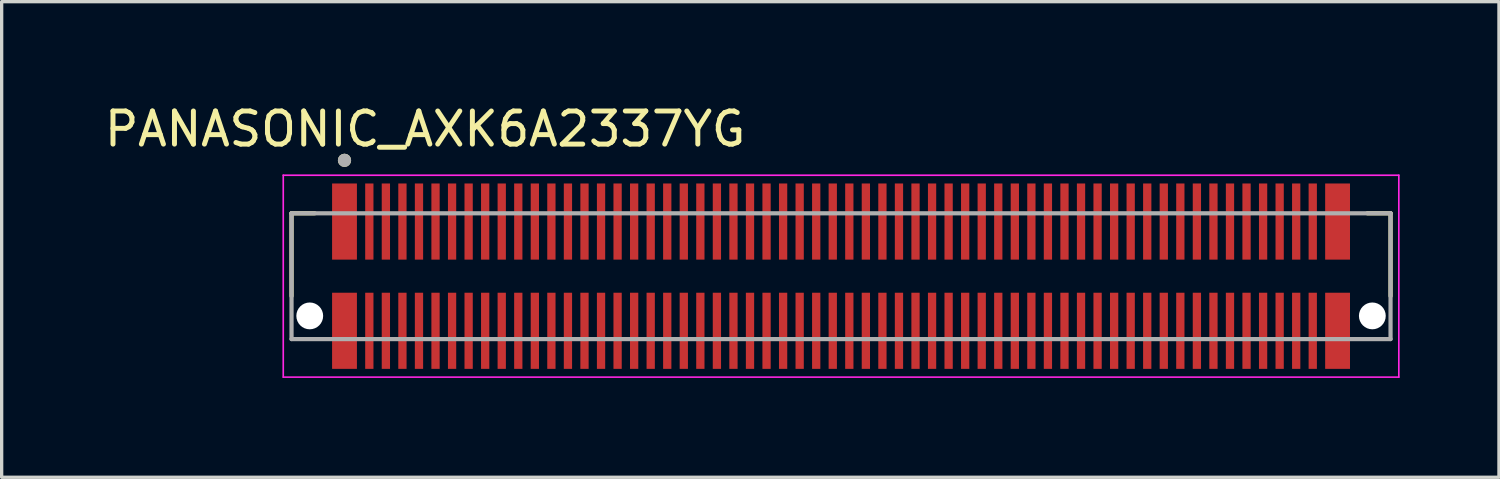
<source format=kicad_pcb>
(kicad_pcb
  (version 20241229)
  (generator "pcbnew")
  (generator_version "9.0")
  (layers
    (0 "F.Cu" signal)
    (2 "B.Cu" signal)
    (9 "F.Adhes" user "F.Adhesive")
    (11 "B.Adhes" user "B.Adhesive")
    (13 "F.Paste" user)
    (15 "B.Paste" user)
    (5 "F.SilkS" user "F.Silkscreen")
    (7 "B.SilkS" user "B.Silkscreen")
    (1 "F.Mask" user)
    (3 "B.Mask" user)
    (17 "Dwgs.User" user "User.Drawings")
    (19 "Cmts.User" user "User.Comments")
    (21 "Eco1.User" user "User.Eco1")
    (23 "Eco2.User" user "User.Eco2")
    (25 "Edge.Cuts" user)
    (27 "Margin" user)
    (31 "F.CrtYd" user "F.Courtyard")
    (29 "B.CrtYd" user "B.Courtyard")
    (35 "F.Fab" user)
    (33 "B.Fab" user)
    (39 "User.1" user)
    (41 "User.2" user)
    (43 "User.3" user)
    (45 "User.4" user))
  (footprint "PANASONIC_AXK6A2337YG"
    (layer "F.Cu")
    (at 22.357 5.293)
    (property "Reference" "PANASONIC_AXK6A2337YG" (at -12.565 -4.445 0) (layer "F.SilkS") (effects (font (size 1 1) (thickness 0.15))))
    (attr through_hole)
    (fp_line (start -16.6 -1.9) (end -15.9 -1.9) (stroke (width 0.127) (type solid)) (layer "F.SilkS"))
    (fp_line (start -16.6 0.6) (end -16.6 -1.9) (stroke (width 0.127) (type solid)) (layer "F.SilkS"))
    (fp_line (start 15.9 -1.9) (end 16.6 -1.9) (stroke (width 0.127) (type solid)) (layer "F.SilkS"))
    (fp_line (start 16.6 -1.9) (end 16.6 0.6) (stroke (width 0.127) (type solid)) (layer "F.SilkS"))
    (fp_circle (center -15 -3.5) (end -14.9 -3.5) (stroke (width 0.2) (type solid)) (fill no) (layer "F.SilkS"))
    (fp_poly (pts (xy -14.985 -2.8) (xy -14.635 -2.8) (xy -14.635 -0.85) (xy -14.985 -0.85)) (stroke (width 0.01) (type solid)) (fill yes) (layer "F.Paste"))
    (fp_poly (pts (xy -14.985 0.85) (xy -14.635 0.85) (xy -14.635 2.8) (xy -14.985 2.8)) (stroke (width 0.01) (type solid)) (fill yes) (layer "F.Paste"))
    (fp_poly (pts (xy -14.365 -2.8) (xy -14.135 -2.8) (xy -14.135 -0.85) (xy -14.365 -0.85)) (stroke (width 0.01) (type solid)) (fill yes) (layer "F.Paste"))
    (fp_poly (pts (xy -14.365 0.85) (xy -14.135 0.85) (xy -14.135 2.8) (xy -14.365 2.8)) (stroke (width 0.01) (type solid)) (fill yes) (layer "F.Paste"))
    (fp_poly (pts (xy -13.865 -2.8) (xy -13.635 -2.8) (xy -13.635 -0.85) (xy -13.865 -0.85)) (stroke (width 0.01) (type solid)) (fill yes) (layer "F.Paste"))
    (fp_poly (pts (xy -13.865 0.85) (xy -13.635 0.85) (xy -13.635 2.8) (xy -13.865 2.8)) (stroke (width 0.01) (type solid)) (fill yes) (layer "F.Paste"))
    (fp_poly (pts (xy -13.365 -2.8) (xy -13.135 -2.8) (xy -13.135 -0.85) (xy -13.365 -0.85)) (stroke (width 0.01) (type solid)) (fill yes) (layer "F.Paste"))
    (fp_poly (pts (xy -13.365 0.85) (xy -13.135 0.85) (xy -13.135 2.8) (xy -13.365 2.8)) (stroke (width 0.01) (type solid)) (fill yes) (layer "F.Paste"))
    (fp_poly (pts (xy -12.865 -2.8) (xy -12.635 -2.8) (xy -12.635 -0.85) (xy -12.865 -0.85)) (stroke (width 0.01) (type solid)) (fill yes) (layer "F.Paste"))
    (fp_poly (pts (xy -12.865 0.85) (xy -12.635 0.85) (xy -12.635 2.8) (xy -12.865 2.8)) (stroke (width 0.01) (type solid)) (fill yes) (layer "F.Paste"))
    (fp_poly (pts (xy -12.365 -2.8) (xy -12.135 -2.8) (xy -12.135 -0.85) (xy -12.365 -0.85)) (stroke (width 0.01) (type solid)) (fill yes) (layer "F.Paste"))
    (fp_poly (pts (xy -12.365 0.85) (xy -12.135 0.85) (xy -12.135 2.8) (xy -12.365 2.8)) (stroke (width 0.01) (type solid)) (fill yes) (layer "F.Paste"))
    (fp_poly (pts (xy -11.865 -2.8) (xy -11.635 -2.8) (xy -11.635 -0.85) (xy -11.865 -0.85)) (stroke (width 0.01) (type solid)) (fill yes) (layer "F.Paste"))
    (fp_poly (pts (xy -11.865 0.85) (xy -11.635 0.85) (xy -11.635 2.8) (xy -11.865 2.8)) (stroke (width 0.01) (type solid)) (fill yes) (layer "F.Paste"))
    (fp_poly (pts (xy -11.365 -2.8) (xy -11.135 -2.8) (xy -11.135 -0.85) (xy -11.365 -0.85)) (stroke (width 0.01) (type solid)) (fill yes) (layer "F.Paste"))
    (fp_poly (pts (xy -11.365 0.85) (xy -11.135 0.85) (xy -11.135 2.8) (xy -11.365 2.8)) (stroke (width 0.01) (type solid)) (fill yes) (layer "F.Paste"))
    (fp_poly (pts (xy -10.865 -2.8) (xy -10.635 -2.8) (xy -10.635 -0.85) (xy -10.865 -0.85)) (stroke (width 0.01) (type solid)) (fill yes) (layer "F.Paste"))
    (fp_poly (pts (xy -10.865 0.85) (xy -10.635 0.85) (xy -10.635 2.8) (xy -10.865 2.8)) (stroke (width 0.01) (type solid)) (fill yes) (layer "F.Paste"))
    (fp_poly (pts (xy -10.365 -2.8) (xy -10.135 -2.8) (xy -10.135 -0.85) (xy -10.365 -0.85)) (stroke (width 0.01) (type solid)) (fill yes) (layer "F.Paste"))
    (fp_poly (pts (xy -10.365 0.85) (xy -10.135 0.85) (xy -10.135 2.8) (xy -10.365 2.8)) (stroke (width 0.01) (type solid)) (fill yes) (layer "F.Paste"))
    (fp_poly (pts (xy -9.865 -2.8) (xy -9.635 -2.8) (xy -9.635 -0.85) (xy -9.865 -0.85)) (stroke (width 0.01) (type solid)) (fill yes) (layer "F.Paste"))
    (fp_poly (pts (xy -9.865 0.85) (xy -9.635 0.85) (xy -9.635 2.8) (xy -9.865 2.8)) (stroke (width 0.01) (type solid)) (fill yes) (layer "F.Paste"))
    (fp_poly (pts (xy -9.365 -2.8) (xy -9.135 -2.8) (xy -9.135 -0.85) (xy -9.365 -0.85)) (stroke (width 0.01) (type solid)) (fill yes) (layer "F.Paste"))
    (fp_poly (pts (xy -9.365 0.85) (xy -9.135 0.85) (xy -9.135 2.8) (xy -9.365 2.8)) (stroke (width 0.01) (type solid)) (fill yes) (layer "F.Paste"))
    (fp_poly (pts (xy -8.865 -2.8) (xy -8.635 -2.8) (xy -8.635 -0.85) (xy -8.865 -0.85)) (stroke (width 0.01) (type solid)) (fill yes) (layer "F.Paste"))
    (fp_poly (pts (xy -8.865 0.85) (xy -8.635 0.85) (xy -8.635 2.8) (xy -8.865 2.8)) (stroke (width 0.01) (type solid)) (fill yes) (layer "F.Paste"))
    (fp_poly (pts (xy -8.365 -2.8) (xy -8.135 -2.8) (xy -8.135 -0.85) (xy -8.365 -0.85)) (stroke (width 0.01) (type solid)) (fill yes) (layer "F.Paste"))
    (fp_poly (pts (xy -8.365 0.85) (xy -8.135 0.85) (xy -8.135 2.8) (xy -8.365 2.8)) (stroke (width 0.01) (type solid)) (fill yes) (layer "F.Paste"))
    (fp_poly (pts (xy -7.865 -2.8) (xy -7.635 -2.8) (xy -7.635 -0.85) (xy -7.865 -0.85)) (stroke (width 0.01) (type solid)) (fill yes) (layer "F.Paste"))
    (fp_poly (pts (xy -7.865 0.85) (xy -7.635 0.85) (xy -7.635 2.8) (xy -7.865 2.8)) (stroke (width 0.01) (type solid)) (fill yes) (layer "F.Paste"))
    (fp_poly (pts (xy -7.365 -2.8) (xy -7.135 -2.8) (xy -7.135 -0.85) (xy -7.365 -0.85)) (stroke (width 0.01) (type solid)) (fill yes) (layer "F.Paste"))
    (fp_poly (pts (xy -7.365 0.85) (xy -7.135 0.85) (xy -7.135 2.8) (xy -7.365 2.8)) (stroke (width 0.01) (type solid)) (fill yes) (layer "F.Paste"))
    (fp_poly (pts (xy -6.865 -2.8) (xy -6.635 -2.8) (xy -6.635 -0.85) (xy -6.865 -0.85)) (stroke (width 0.01) (type solid)) (fill yes) (layer "F.Paste"))
    (fp_poly (pts (xy -6.865 0.85) (xy -6.635 0.85) (xy -6.635 2.8) (xy -6.865 2.8)) (stroke (width 0.01) (type solid)) (fill yes) (layer "F.Paste"))
    (fp_poly (pts (xy -6.365 -2.8) (xy -6.135 -2.8) (xy -6.135 -0.85) (xy -6.365 -0.85)) (stroke (width 0.01) (type solid)) (fill yes) (layer "F.Paste"))
    (fp_poly (pts (xy -6.365 0.85) (xy -6.135 0.85) (xy -6.135 2.8) (xy -6.365 2.8)) (stroke (width 0.01) (type solid)) (fill yes) (layer "F.Paste"))
    (fp_poly (pts (xy -5.865 -2.8) (xy -5.635 -2.8) (xy -5.635 -0.85) (xy -5.865 -0.85)) (stroke (width 0.01) (type solid)) (fill yes) (layer "F.Paste"))
    (fp_poly (pts (xy -5.865 0.85) (xy -5.635 0.85) (xy -5.635 2.8) (xy -5.865 2.8)) (stroke (width 0.01) (type solid)) (fill yes) (layer "F.Paste"))
    (fp_poly (pts (xy -5.365 -2.8) (xy -5.135 -2.8) (xy -5.135 -0.85) (xy -5.365 -0.85)) (stroke (width 0.01) (type solid)) (fill yes) (layer "F.Paste"))
    (fp_poly (pts (xy -5.365 0.85) (xy -5.135 0.85) (xy -5.135 2.8) (xy -5.365 2.8)) (stroke (width 0.01) (type solid)) (fill yes) (layer "F.Paste"))
    (fp_poly (pts (xy -4.865 -2.8) (xy -4.635 -2.8) (xy -4.635 -0.85) (xy -4.865 -0.85)) (stroke (width 0.01) (type solid)) (fill yes) (layer "F.Paste"))
    (fp_poly (pts (xy -4.865 0.85) (xy -4.635 0.85) (xy -4.635 2.8) (xy -4.865 2.8)) (stroke (width 0.01) (type solid)) (fill yes) (layer "F.Paste"))
    (fp_poly (pts (xy -4.365 -2.8) (xy -4.135 -2.8) (xy -4.135 -0.85) (xy -4.365 -0.85)) (stroke (width 0.01) (type solid)) (fill yes) (layer "F.Paste"))
    (fp_poly (pts (xy -4.365 0.85) (xy -4.135 0.85) (xy -4.135 2.8) (xy -4.365 2.8)) (stroke (width 0.01) (type solid)) (fill yes) (layer "F.Paste"))
    (fp_poly (pts (xy -3.865 -2.8) (xy -3.635 -2.8) (xy -3.635 -0.85) (xy -3.865 -0.85)) (stroke (width 0.01) (type solid)) (fill yes) (layer "F.Paste"))
    (fp_poly (pts (xy -3.865 0.85) (xy -3.635 0.85) (xy -3.635 2.8) (xy -3.865 2.8)) (stroke (width 0.01) (type solid)) (fill yes) (layer "F.Paste"))
    (fp_poly (pts (xy -3.365 -2.8) (xy -3.135 -2.8) (xy -3.135 -0.85) (xy -3.365 -0.85)) (stroke (width 0.01) (type solid)) (fill yes) (layer "F.Paste"))
    (fp_poly (pts (xy -3.365 0.85) (xy -3.135 0.85) (xy -3.135 2.8) (xy -3.365 2.8)) (stroke (width 0.01) (type solid)) (fill yes) (layer "F.Paste"))
    (fp_poly (pts (xy -2.865 -2.8) (xy -2.635 -2.8) (xy -2.635 -0.85) (xy -2.865 -0.85)) (stroke (width 0.01) (type solid)) (fill yes) (layer "F.Paste"))
    (fp_poly (pts (xy -2.865 0.85) (xy -2.635 0.85) (xy -2.635 2.8) (xy -2.865 2.8)) (stroke (width 0.01) (type solid)) (fill yes) (layer "F.Paste"))
    (fp_poly (pts (xy -2.365 -2.8) (xy -2.135 -2.8) (xy -2.135 -0.85) (xy -2.365 -0.85)) (stroke (width 0.01) (type solid)) (fill yes) (layer "F.Paste"))
    (fp_poly (pts (xy -2.365 0.85) (xy -2.135 0.85) (xy -2.135 2.8) (xy -2.365 2.8)) (stroke (width 0.01) (type solid)) (fill yes) (layer "F.Paste"))
    (fp_poly (pts (xy -1.865 -2.8) (xy -1.635 -2.8) (xy -1.635 -0.85) (xy -1.865 -0.85)) (stroke (width 0.01) (type solid)) (fill yes) (layer "F.Paste"))
    (fp_poly (pts (xy -1.865 0.85) (xy -1.635 0.85) (xy -1.635 2.8) (xy -1.865 2.8)) (stroke (width 0.01) (type solid)) (fill yes) (layer "F.Paste"))
    (fp_poly (pts (xy -1.365 -2.8) (xy -1.135 -2.8) (xy -1.135 -0.85) (xy -1.365 -0.85)) (stroke (width 0.01) (type solid)) (fill yes) (layer "F.Paste"))
    (fp_poly (pts (xy -1.365 0.85) (xy -1.135 0.85) (xy -1.135 2.8) (xy -1.365 2.8)) (stroke (width 0.01) (type solid)) (fill yes) (layer "F.Paste"))
    (fp_poly (pts (xy -0.865 -2.8) (xy -0.635 -2.8) (xy -0.635 -0.85) (xy -0.865 -0.85)) (stroke (width 0.01) (type solid)) (fill yes) (layer "F.Paste"))
    (fp_poly (pts (xy -0.865 0.85) (xy -0.635 0.85) (xy -0.635 2.8) (xy -0.865 2.8)) (stroke (width 0.01) (type solid)) (fill yes) (layer "F.Paste"))
    (fp_poly (pts (xy -0.365 -2.8) (xy -0.135 -2.8) (xy -0.135 -0.85) (xy -0.365 -0.85)) (stroke (width 0.01) (type solid)) (fill yes) (layer "F.Paste"))
    (fp_poly (pts (xy -0.365 0.85) (xy -0.135 0.85) (xy -0.135 2.8) (xy -0.365 2.8)) (stroke (width 0.01) (type solid)) (fill yes) (layer "F.Paste"))
    (fp_poly (pts (xy 0.135 -2.8) (xy 0.365 -2.8) (xy 0.365 -0.85) (xy 0.135 -0.85)) (stroke (width 0.01) (type solid)) (fill yes) (layer "F.Paste"))
    (fp_poly (pts (xy 0.135 0.85) (xy 0.365 0.85) (xy 0.365 2.8) (xy 0.135 2.8)) (stroke (width 0.01) (type solid)) (fill yes) (layer "F.Paste"))
    (fp_poly (pts (xy 0.635 -2.8) (xy 0.865 -2.8) (xy 0.865 -0.85) (xy 0.635 -0.85)) (stroke (width 0.01) (type solid)) (fill yes) (layer "F.Paste"))
    (fp_poly (pts (xy 0.635 0.85) (xy 0.865 0.85) (xy 0.865 2.8) (xy 0.635 2.8)) (stroke (width 0.01) (type solid)) (fill yes) (layer "F.Paste"))
    (fp_poly (pts (xy 1.135 -2.8) (xy 1.365 -2.8) (xy 1.365 -0.85) (xy 1.135 -0.85)) (stroke (width 0.01) (type solid)) (fill yes) (layer "F.Paste"))
    (fp_poly (pts (xy 1.135 0.85) (xy 1.365 0.85) (xy 1.365 2.8) (xy 1.135 2.8)) (stroke (width 0.01) (type solid)) (fill yes) (layer "F.Paste"))
    (fp_poly (pts (xy 1.635 -2.8) (xy 1.865 -2.8) (xy 1.865 -0.85) (xy 1.635 -0.85)) (stroke (width 0.01) (type solid)) (fill yes) (layer "F.Paste"))
    (fp_poly (pts (xy 1.635 0.85) (xy 1.865 0.85) (xy 1.865 2.8) (xy 1.635 2.8)) (stroke (width 0.01) (type solid)) (fill yes) (layer "F.Paste"))
    (fp_poly (pts (xy 2.135 -2.8) (xy 2.365 -2.8) (xy 2.365 -0.85) (xy 2.135 -0.85)) (stroke (width 0.01) (type solid)) (fill yes) (layer "F.Paste"))
    (fp_poly (pts (xy 2.135 0.85) (xy 2.365 0.85) (xy 2.365 2.8) (xy 2.135 2.8)) (stroke (width 0.01) (type solid)) (fill yes) (layer "F.Paste"))
    (fp_poly (pts (xy 2.635 -2.8) (xy 2.865 -2.8) (xy 2.865 -0.85) (xy 2.635 -0.85)) (stroke (width 0.01) (type solid)) (fill yes) (layer "F.Paste"))
    (fp_poly (pts (xy 2.635 0.85) (xy 2.865 0.85) (xy 2.865 2.8) (xy 2.635 2.8)) (stroke (width 0.01) (type solid)) (fill yes) (layer "F.Paste"))
    (fp_poly (pts (xy 3.135 -2.8) (xy 3.365 -2.8) (xy 3.365 -0.85) (xy 3.135 -0.85)) (stroke (width 0.01) (type solid)) (fill yes) (layer "F.Paste"))
    (fp_poly (pts (xy 3.135 0.85) (xy 3.365 0.85) (xy 3.365 2.8) (xy 3.135 2.8)) (stroke (width 0.01) (type solid)) (fill yes) (layer "F.Paste"))
    (fp_poly (pts (xy 3.635 -2.8) (xy 3.865 -2.8) (xy 3.865 -0.85) (xy 3.635 -0.85)) (stroke (width 0.01) (type solid)) (fill yes) (layer "F.Paste"))
    (fp_poly (pts (xy 3.635 0.85) (xy 3.865 0.85) (xy 3.865 2.8) (xy 3.635 2.8)) (stroke (width 0.01) (type solid)) (fill yes) (layer "F.Paste"))
    (fp_poly (pts (xy 4.135 -2.8) (xy 4.365 -2.8) (xy 4.365 -0.85) (xy 4.135 -0.85)) (stroke (width 0.01) (type solid)) (fill yes) (layer "F.Paste"))
    (fp_poly (pts (xy 4.135 0.85) (xy 4.365 0.85) (xy 4.365 2.8) (xy 4.135 2.8)) (stroke (width 0.01) (type solid)) (fill yes) (layer "F.Paste"))
    (fp_poly (pts (xy 4.635 -2.8) (xy 4.865 -2.8) (xy 4.865 -0.85) (xy 4.635 -0.85)) (stroke (width 0.01) (type solid)) (fill yes) (layer "F.Paste"))
    (fp_poly (pts (xy 4.635 0.85) (xy 4.865 0.85) (xy 4.865 2.8) (xy 4.635 2.8)) (stroke (width 0.01) (type solid)) (fill yes) (layer "F.Paste"))
    (fp_poly (pts (xy 5.135 -2.8) (xy 5.365 -2.8) (xy 5.365 -0.85) (xy 5.135 -0.85)) (stroke (width 0.01) (type solid)) (fill yes) (layer "F.Paste"))
    (fp_poly (pts (xy 5.135 0.85) (xy 5.365 0.85) (xy 5.365 2.8) (xy 5.135 2.8)) (stroke (width 0.01) (type solid)) (fill yes) (layer "F.Paste"))
    (fp_poly (pts (xy 5.635 -2.8) (xy 5.865 -2.8) (xy 5.865 -0.85) (xy 5.635 -0.85)) (stroke (width 0.01) (type solid)) (fill yes) (layer "F.Paste"))
    (fp_poly (pts (xy 5.635 0.85) (xy 5.865 0.85) (xy 5.865 2.8) (xy 5.635 2.8)) (stroke (width 0.01) (type solid)) (fill yes) (layer "F.Paste"))
    (fp_poly (pts (xy 6.135 -2.8) (xy 6.365 -2.8) (xy 6.365 -0.85) (xy 6.135 -0.85)) (stroke (width 0.01) (type solid)) (fill yes) (layer "F.Paste"))
    (fp_poly (pts (xy 6.135 0.85) (xy 6.365 0.85) (xy 6.365 2.8) (xy 6.135 2.8)) (stroke (width 0.01) (type solid)) (fill yes) (layer "F.Paste"))
    (fp_poly (pts (xy 6.635 -2.8) (xy 6.865 -2.8) (xy 6.865 -0.85) (xy 6.635 -0.85)) (stroke (width 0.01) (type solid)) (fill yes) (layer "F.Paste"))
    (fp_poly (pts (xy 6.635 0.85) (xy 6.865 0.85) (xy 6.865 2.8) (xy 6.635 2.8)) (stroke (width 0.01) (type solid)) (fill yes) (layer "F.Paste"))
    (fp_poly (pts (xy 7.135 -2.8) (xy 7.365 -2.8) (xy 7.365 -0.85) (xy 7.135 -0.85)) (stroke (width 0.01) (type solid)) (fill yes) (layer "F.Paste"))
    (fp_poly (pts (xy 7.135 0.85) (xy 7.365 0.85) (xy 7.365 2.8) (xy 7.135 2.8)) (stroke (width 0.01) (type solid)) (fill yes) (layer "F.Paste"))
    (fp_poly (pts (xy 7.635 -2.8) (xy 7.865 -2.8) (xy 7.865 -0.85) (xy 7.635 -0.85)) (stroke (width 0.01) (type solid)) (fill yes) (layer "F.Paste"))
    (fp_poly (pts (xy 7.635 0.85) (xy 7.865 0.85) (xy 7.865 2.8) (xy 7.635 2.8)) (stroke (width 0.01) (type solid)) (fill yes) (layer "F.Paste"))
    (fp_poly (pts (xy 8.135 -2.8) (xy 8.365 -2.8) (xy 8.365 -0.85) (xy 8.135 -0.85)) (stroke (width 0.01) (type solid)) (fill yes) (layer "F.Paste"))
    (fp_poly (pts (xy 8.135 0.85) (xy 8.365 0.85) (xy 8.365 2.8) (xy 8.135 2.8)) (stroke (width 0.01) (type solid)) (fill yes) (layer "F.Paste"))
    (fp_poly (pts (xy 8.635 -2.8) (xy 8.865 -2.8) (xy 8.865 -0.85) (xy 8.635 -0.85)) (stroke (width 0.01) (type solid)) (fill yes) (layer "F.Paste"))
    (fp_poly (pts (xy 8.635 0.85) (xy 8.865 0.85) (xy 8.865 2.8) (xy 8.635 2.8)) (stroke (width 0.01) (type solid)) (fill yes) (layer "F.Paste"))
    (fp_poly (pts (xy 9.135 -2.8) (xy 9.365 -2.8) (xy 9.365 -0.85) (xy 9.135 -0.85)) (stroke (width 0.01) (type solid)) (fill yes) (layer "F.Paste"))
    (fp_poly (pts (xy 9.135 0.85) (xy 9.365 0.85) (xy 9.365 2.8) (xy 9.135 2.8)) (stroke (width 0.01) (type solid)) (fill yes) (layer "F.Paste"))
    (fp_poly (pts (xy 9.635 -2.8) (xy 9.865 -2.8) (xy 9.865 -0.85) (xy 9.635 -0.85)) (stroke (width 0.01) (type solid)) (fill yes) (layer "F.Paste"))
    (fp_poly (pts (xy 9.635 0.85) (xy 9.865 0.85) (xy 9.865 2.8) (xy 9.635 2.8)) (stroke (width 0.01) (type solid)) (fill yes) (layer "F.Paste"))
    (fp_poly (pts (xy 10.135 -2.8) (xy 10.365 -2.8) (xy 10.365 -0.85) (xy 10.135 -0.85)) (stroke (width 0.01) (type solid)) (fill yes) (layer "F.Paste"))
    (fp_poly (pts (xy 10.135 0.85) (xy 10.365 0.85) (xy 10.365 2.8) (xy 10.135 2.8)) (stroke (width 0.01) (type solid)) (fill yes) (layer "F.Paste"))
    (fp_poly (pts (xy 10.635 -2.8) (xy 10.865 -2.8) (xy 10.865 -0.85) (xy 10.635 -0.85)) (stroke (width 0.01) (type solid)) (fill yes) (layer "F.Paste"))
    (fp_poly (pts (xy 10.635 0.85) (xy 10.865 0.85) (xy 10.865 2.8) (xy 10.635 2.8)) (stroke (width 0.01) (type solid)) (fill yes) (layer "F.Paste"))
    (fp_poly (pts (xy 11.135 -2.8) (xy 11.365 -2.8) (xy 11.365 -0.85) (xy 11.135 -0.85)) (stroke (width 0.01) (type solid)) (fill yes) (layer "F.Paste"))
    (fp_poly (pts (xy 11.135 0.85) (xy 11.365 0.85) (xy 11.365 2.8) (xy 11.135 2.8)) (stroke (width 0.01) (type solid)) (fill yes) (layer "F.Paste"))
    (fp_poly (pts (xy 11.635 -2.8) (xy 11.865 -2.8) (xy 11.865 -0.85) (xy 11.635 -0.85)) (stroke (width 0.01) (type solid)) (fill yes) (layer "F.Paste"))
    (fp_poly (pts (xy 11.635 0.85) (xy 11.865 0.85) (xy 11.865 2.8) (xy 11.635 2.8)) (stroke (width 0.01) (type solid)) (fill yes) (layer "F.Paste"))
    (fp_poly (pts (xy 12.135 -2.8) (xy 12.365 -2.8) (xy 12.365 -0.85) (xy 12.135 -0.85)) (stroke (width 0.01) (type solid)) (fill yes) (layer "F.Paste"))
    (fp_poly (pts (xy 12.135 0.85) (xy 12.365 0.85) (xy 12.365 2.8) (xy 12.135 2.8)) (stroke (width 0.01) (type solid)) (fill yes) (layer "F.Paste"))
    (fp_poly (pts (xy 12.635 -2.8) (xy 12.865 -2.8) (xy 12.865 -0.85) (xy 12.635 -0.85)) (stroke (width 0.01) (type solid)) (fill yes) (layer "F.Paste"))
    (fp_poly (pts (xy 12.635 0.85) (xy 12.865 0.85) (xy 12.865 2.8) (xy 12.635 2.8)) (stroke (width 0.01) (type solid)) (fill yes) (layer "F.Paste"))
    (fp_poly (pts (xy 13.135 -2.8) (xy 13.365 -2.8) (xy 13.365 -0.85) (xy 13.135 -0.85)) (stroke (width 0.01) (type solid)) (fill yes) (layer "F.Paste"))
    (fp_poly (pts (xy 13.135 0.85) (xy 13.365 0.85) (xy 13.365 2.8) (xy 13.135 2.8)) (stroke (width 0.01) (type solid)) (fill yes) (layer "F.Paste"))
    (fp_poly (pts (xy 13.635 -2.8) (xy 13.865 -2.8) (xy 13.865 -0.85) (xy 13.635 -0.85)) (stroke (width 0.01) (type solid)) (fill yes) (layer "F.Paste"))
    (fp_poly (pts (xy 13.635 0.85) (xy 13.865 0.85) (xy 13.865 2.8) (xy 13.635 2.8)) (stroke (width 0.01) (type solid)) (fill yes) (layer "F.Paste"))
    (fp_poly (pts (xy 14.135 -2.8) (xy 14.365 -2.8) (xy 14.365 -0.85) (xy 14.135 -0.85)) (stroke (width 0.01) (type solid)) (fill yes) (layer "F.Paste"))
    (fp_poly (pts (xy 14.135 0.85) (xy 14.365 0.85) (xy 14.365 2.8) (xy 14.135 2.8)) (stroke (width 0.01) (type solid)) (fill yes) (layer "F.Paste"))
    (fp_poly (pts (xy 14.635 -2.8) (xy 14.985 -2.8) (xy 14.985 -0.85) (xy 14.635 -0.85)) (stroke (width 0.01) (type solid)) (fill yes) (layer "F.Paste"))
    (fp_poly (pts (xy 14.635 0.85) (xy 14.985 0.85) (xy 14.985 2.8) (xy 14.635 2.8)) (stroke (width 0.01) (type solid)) (fill yes) (layer "F.Paste"))
    (fp_line (start -16.85 -3.05) (end -16.85 3.05) (stroke (width 0.05) (type solid)) (layer "F.CrtYd"))
    (fp_line (start -16.85 3.05) (end 16.85 3.05) (stroke (width 0.05) (type solid)) (layer "F.CrtYd"))
    (fp_line (start 16.85 -3.05) (end -16.85 -3.05) (stroke (width 0.05) (type solid)) (layer "F.CrtYd"))
    (fp_line (start 16.85 3.05) (end 16.85 -3.05) (stroke (width 0.05) (type solid)) (layer "F.CrtYd"))
    (fp_line (start -16.6 -1.9) (end 16.6 -1.9) (stroke (width 0.127) (type solid)) (layer "F.Fab"))
    (fp_line (start -16.6 1.9) (end -16.6 -1.9) (stroke (width 0.127) (type solid)) (layer "F.Fab"))
    (fp_line (start 16.6 -1.9) (end 16.6 1.9) (stroke (width 0.127) (type solid)) (layer "F.Fab"))
    (fp_line (start 16.6 1.9) (end -16.6 1.9) (stroke (width 0.127) (type solid)) (layer "F.Fab"))
    (fp_circle (center -15 -3.5) (end -14.9 -3.5) (stroke (width 0.2) (type solid)) (fill no) (layer "F.Fab"))
    (pad "" np_thru_hole circle (at -16.05 1.2) (size 0.81 0.81) (drill 0.81) (layers "*.Cu" "*.Mask"))
    (pad "" np_thru_hole circle (at 16.05 1.2) (size 0.81 0.81) (drill 0.81) (layers "*.Cu" "*.Mask"))
    (pad "1" smd rect (at -15 -1.65) (size 0.75 2.3) (layers "F.Cu" "F.Mask"))
    (pad "2" smd rect (at -15 1.65) (size 0.75 2.3) (layers "F.Cu" "F.Mask"))
    (pad "3" smd rect (at -14.25 -1.65) (size 0.25 2.3) (layers "F.Cu" "F.Mask"))
    (pad "4" smd rect (at -14.25 1.65) (size 0.25 2.3) (layers "F.Cu" "F.Mask"))
    (pad "5" smd rect (at -13.75 -1.65) (size 0.25 2.3) (layers "F.Cu" "F.Mask"))
    (pad "6" smd rect (at -13.75 1.65) (size 0.25 2.3) (layers "F.Cu" "F.Mask"))
    (pad "7" smd rect (at -13.25 -1.65) (size 0.25 2.3) (layers "F.Cu" "F.Mask"))
    (pad "8" smd rect (at -13.25 1.65) (size 0.25 2.3) (layers "F.Cu" "F.Mask"))
    (pad "9" smd rect (at -12.75 -1.65) (size 0.25 2.3) (layers "F.Cu" "F.Mask"))
    (pad "10" smd rect (at -12.75 1.65) (size 0.25 2.3) (layers "F.Cu" "F.Mask"))
    (pad "11" smd rect (at -12.25 -1.65) (size 0.25 2.3) (layers "F.Cu" "F.Mask"))
    (pad "12" smd rect (at -12.25 1.65) (size 0.25 2.3) (layers "F.Cu" "F.Mask"))
    (pad "13" smd rect (at -11.75 -1.65) (size 0.25 2.3) (layers "F.Cu" "F.Mask"))
    (pad "14" smd rect (at -11.75 1.65) (size 0.25 2.3) (layers "F.Cu" "F.Mask"))
    (pad "15" smd rect (at -11.25 -1.65) (size 0.25 2.3) (layers "F.Cu" "F.Mask"))
    (pad "16" smd rect (at -11.25 1.65) (size 0.25 2.3) (layers "F.Cu" "F.Mask"))
    (pad "17" smd rect (at -10.75 -1.65) (size 0.25 2.3) (layers "F.Cu" "F.Mask"))
    (pad "18" smd rect (at -10.75 1.65) (size 0.25 2.3) (layers "F.Cu" "F.Mask"))
    (pad "19" smd rect (at -10.25 -1.65) (size 0.25 2.3) (layers "F.Cu" "F.Mask"))
    (pad "20" smd rect (at -10.25 1.65) (size 0.25 2.3) (layers "F.Cu" "F.Mask"))
    (pad "21" smd rect (at -9.75 -1.65) (size 0.25 2.3) (layers "F.Cu" "F.Mask"))
    (pad "22" smd rect (at -9.75 1.65) (size 0.25 2.3) (layers "F.Cu" "F.Mask"))
    (pad "23" smd rect (at -9.25 -1.65) (size 0.25 2.3) (layers "F.Cu" "F.Mask"))
    (pad "24" smd rect (at -9.25 1.65) (size 0.25 2.3) (layers "F.Cu" "F.Mask"))
    (pad "25" smd rect (at -8.75 -1.65) (size 0.25 2.3) (layers "F.Cu" "F.Mask"))
    (pad "26" smd rect (at -8.75 1.65) (size 0.25 2.3) (layers "F.Cu" "F.Mask"))
    (pad "27" smd rect (at -8.25 -1.65) (size 0.25 2.3) (layers "F.Cu" "F.Mask"))
    (pad "28" smd rect (at -8.25 1.65) (size 0.25 2.3) (layers "F.Cu" "F.Mask"))
    (pad "29" smd rect (at -7.75 -1.65) (size 0.25 2.3) (layers "F.Cu" "F.Mask"))
    (pad "30" smd rect (at -7.75 1.65) (size 0.25 2.3) (layers "F.Cu" "F.Mask"))
    (pad "31" smd rect (at -7.25 -1.65) (size 0.25 2.3) (layers "F.Cu" "F.Mask"))
    (pad "32" smd rect (at -7.25 1.65) (size 0.25 2.3) (layers "F.Cu" "F.Mask"))
    (pad "33" smd rect (at -6.75 -1.65) (size 0.25 2.3) (layers "F.Cu" "F.Mask"))
    (pad "34" smd rect (at -6.75 1.65) (size 0.25 2.3) (layers "F.Cu" "F.Mask"))
    (pad "35" smd rect (at -6.25 -1.65) (size 0.25 2.3) (layers "F.Cu" "F.Mask"))
    (pad "36" smd rect (at -6.25 1.65) (size 0.25 2.3) (layers "F.Cu" "F.Mask"))
    (pad "37" smd rect (at -5.75 -1.65) (size 0.25 2.3) (layers "F.Cu" "F.Mask"))
    (pad "38" smd rect (at -5.75 1.65) (size 0.25 2.3) (layers "F.Cu" "F.Mask"))
    (pad "39" smd rect (at -5.25 -1.65) (size 0.25 2.3) (layers "F.Cu" "F.Mask"))
    (pad "40" smd rect (at -5.25 1.65) (size 0.25 2.3) (layers "F.Cu" "F.Mask"))
    (pad "41" smd rect (at -4.75 -1.65) (size 0.25 2.3) (layers "F.Cu" "F.Mask"))
    (pad "42" smd rect (at -4.75 1.65) (size 0.25 2.3) (layers "F.Cu" "F.Mask"))
    (pad "43" smd rect (at -4.25 -1.65) (size 0.25 2.3) (layers "F.Cu" "F.Mask"))
    (pad "44" smd rect (at -4.25 1.65) (size 0.25 2.3) (layers "F.Cu" "F.Mask"))
    (pad "45" smd rect (at -3.75 -1.65) (size 0.25 2.3) (layers "F.Cu" "F.Mask"))
    (pad "46" smd rect (at -3.75 1.65) (size 0.25 2.3) (layers "F.Cu" "F.Mask"))
    (pad "47" smd rect (at -3.25 -1.65) (size 0.25 2.3) (layers "F.Cu" "F.Mask"))
    (pad "48" smd rect (at -3.25 1.65) (size 0.25 2.3) (layers "F.Cu" "F.Mask"))
    (pad "49" smd rect (at -2.75 -1.65) (size 0.25 2.3) (layers "F.Cu" "F.Mask"))
    (pad "50" smd rect (at -2.75 1.65) (size 0.25 2.3) (layers "F.Cu" "F.Mask"))
    (pad "51" smd rect (at -2.25 -1.65) (size 0.25 2.3) (layers "F.Cu" "F.Mask"))
    (pad "52" smd rect (at -2.25 1.65) (size 0.25 2.3) (layers "F.Cu" "F.Mask"))
    (pad "53" smd rect (at -1.75 -1.65) (size 0.25 2.3) (layers "F.Cu" "F.Mask"))
    (pad "54" smd rect (at -1.75 1.65) (size 0.25 2.3) (layers "F.Cu" "F.Mask"))
    (pad "55" smd rect (at -1.25 -1.65) (size 0.25 2.3) (layers "F.Cu" "F.Mask"))
    (pad "56" smd rect (at -1.25 1.65) (size 0.25 2.3) (layers "F.Cu" "F.Mask"))
    (pad "57" smd rect (at -0.75 -1.65) (size 0.25 2.3) (layers "F.Cu" "F.Mask"))
    (pad "58" smd rect (at -0.75 1.65) (size 0.25 2.3) (layers "F.Cu" "F.Mask"))
    (pad "59" smd rect (at -0.25 -1.65) (size 0.25 2.3) (layers "F.Cu" "F.Mask"))
    (pad "60" smd rect (at -0.25 1.65) (size 0.25 2.3) (layers "F.Cu" "F.Mask"))
    (pad "61" smd rect (at 0.25 -1.65) (size 0.25 2.3) (layers "F.Cu" "F.Mask"))
    (pad "62" smd rect (at 0.25 1.65) (size 0.25 2.3) (layers "F.Cu" "F.Mask"))
    (pad "63" smd rect (at 0.75 -1.65) (size 0.25 2.3) (layers "F.Cu" "F.Mask"))
    (pad "64" smd rect (at 0.75 1.65) (size 0.25 2.3) (layers "F.Cu" "F.Mask"))
    (pad "65" smd rect (at 1.25 -1.65) (size 0.25 2.3) (layers "F.Cu" "F.Mask"))
    (pad "66" smd rect (at 1.25 1.65) (size 0.25 2.3) (layers "F.Cu" "F.Mask"))
    (pad "67" smd rect (at 1.75 -1.65) (size 0.25 2.3) (layers "F.Cu" "F.Mask"))
    (pad "68" smd rect (at 1.75 1.65) (size 0.25 2.3) (layers "F.Cu" "F.Mask"))
    (pad "69" smd rect (at 2.25 -1.65) (size 0.25 2.3) (layers "F.Cu" "F.Mask"))
    (pad "70" smd rect (at 2.25 1.65) (size 0.25 2.3) (layers "F.Cu" "F.Mask"))
    (pad "71" smd rect (at 2.75 -1.65) (size 0.25 2.3) (layers "F.Cu" "F.Mask"))
    (pad "72" smd rect (at 2.75 1.65) (size 0.25 2.3) (layers "F.Cu" "F.Mask"))
    (pad "73" smd rect (at 3.25 -1.65) (size 0.25 2.3) (layers "F.Cu" "F.Mask"))
    (pad "74" smd rect (at 3.25 1.65) (size 0.25 2.3) (layers "F.Cu" "F.Mask"))
    (pad "75" smd rect (at 3.75 -1.65) (size 0.25 2.3) (layers "F.Cu" "F.Mask"))
    (pad "76" smd rect (at 3.75 1.65) (size 0.25 2.3) (layers "F.Cu" "F.Mask"))
    (pad "77" smd rect (at 4.25 -1.65) (size 0.25 2.3) (layers "F.Cu" "F.Mask"))
    (pad "78" smd rect (at 4.25 1.65) (size 0.25 2.3) (layers "F.Cu" "F.Mask"))
    (pad "79" smd rect (at 4.75 -1.65) (size 0.25 2.3) (layers "F.Cu" "F.Mask"))
    (pad "80" smd rect (at 4.75 1.65) (size 0.25 2.3) (layers "F.Cu" "F.Mask"))
    (pad "81" smd rect (at 5.25 -1.65) (size 0.25 2.3) (layers "F.Cu" "F.Mask"))
    (pad "82" smd rect (at 5.25 1.65) (size 0.25 2.3) (layers "F.Cu" "F.Mask"))
    (pad "83" smd rect (at 5.75 -1.65) (size 0.25 2.3) (layers "F.Cu" "F.Mask"))
    (pad "84" smd rect (at 5.75 1.65) (size 0.25 2.3) (layers "F.Cu" "F.Mask"))
    (pad "85" smd rect (at 6.25 -1.65) (size 0.25 2.3) (layers "F.Cu" "F.Mask"))
    (pad "86" smd rect (at 6.25 1.65) (size 0.25 2.3) (layers "F.Cu" "F.Mask"))
    (pad "87" smd rect (at 6.75 -1.65) (size 0.25 2.3) (layers "F.Cu" "F.Mask"))
    (pad "88" smd rect (at 6.75 1.65) (size 0.25 2.3) (layers "F.Cu" "F.Mask"))
    (pad "89" smd rect (at 7.25 -1.65) (size 0.25 2.3) (layers "F.Cu" "F.Mask"))
    (pad "90" smd rect (at 7.25 1.65) (size 0.25 2.3) (layers "F.Cu" "F.Mask"))
    (pad "91" smd rect (at 7.75 -1.65) (size 0.25 2.3) (layers "F.Cu" "F.Mask"))
    (pad "92" smd rect (at 7.75 1.65) (size 0.25 2.3) (layers "F.Cu" "F.Mask"))
    (pad "93" smd rect (at 8.25 -1.65) (size 0.25 2.3) (layers "F.Cu" "F.Mask"))
    (pad "94" smd rect (at 8.25 1.65) (size 0.25 2.3) (layers "F.Cu" "F.Mask"))
    (pad "95" smd rect (at 8.75 -1.65) (size 0.25 2.3) (layers "F.Cu" "F.Mask"))
    (pad "96" smd rect (at 8.75 1.65) (size 0.25 2.3) (layers "F.Cu" "F.Mask"))
    (pad "97" smd rect (at 9.25 -1.65) (size 0.25 2.3) (layers "F.Cu" "F.Mask"))
    (pad "98" smd rect (at 9.25 1.65) (size 0.25 2.3) (layers "F.Cu" "F.Mask"))
    (pad "99" smd rect (at 9.75 -1.65) (size 0.25 2.3) (layers "F.Cu" "F.Mask"))
    (pad "100" smd rect (at 9.75 1.65) (size 0.25 2.3) (layers "F.Cu" "F.Mask"))
    (pad "101" smd rect (at 10.25 -1.65) (size 0.25 2.3) (layers "F.Cu" "F.Mask"))
    (pad "102" smd rect (at 10.25 1.65) (size 0.25 2.3) (layers "F.Cu" "F.Mask"))
    (pad "103" smd rect (at 10.75 -1.65) (size 0.25 2.3) (layers "F.Cu" "F.Mask"))
    (pad "104" smd rect (at 10.75 1.65) (size 0.25 2.3) (layers "F.Cu" "F.Mask"))
    (pad "105" smd rect (at 11.25 -1.65) (size 0.25 2.3) (layers "F.Cu" "F.Mask"))
    (pad "106" smd rect (at 11.25 1.65) (size 0.25 2.3) (layers "F.Cu" "F.Mask"))
    (pad "107" smd rect (at 11.75 -1.65) (size 0.25 2.3) (layers "F.Cu" "F.Mask"))
    (pad "108" smd rect (at 11.75 1.65) (size 0.25 2.3) (layers "F.Cu" "F.Mask"))
    (pad "109" smd rect (at 12.25 -1.65) (size 0.25 2.3) (layers "F.Cu" "F.Mask"))
    (pad "110" smd rect (at 12.25 1.65) (size 0.25 2.3) (layers "F.Cu" "F.Mask"))
    (pad "111" smd rect (at 12.75 -1.65) (size 0.25 2.3) (layers "F.Cu" "F.Mask"))
    (pad "112" smd rect (at 12.75 1.65) (size 0.25 2.3) (layers "F.Cu" "F.Mask"))
    (pad "113" smd rect (at 13.25 -1.65) (size 0.25 2.3) (layers "F.Cu" "F.Mask"))
    (pad "114" smd rect (at 13.25 1.65) (size 0.25 2.3) (layers "F.Cu" "F.Mask"))
    (pad "115" smd rect (at 13.75 -1.65) (size 0.25 2.3) (layers "F.Cu" "F.Mask"))
    (pad "116" smd rect (at 13.75 1.65) (size 0.25 2.3) (layers "F.Cu" "F.Mask"))
    (pad "117" smd rect (at 14.25 -1.65) (size 0.25 2.3) (layers "F.Cu" "F.Mask"))
    (pad "118" smd rect (at 14.25 1.65) (size 0.25 2.3) (layers "F.Cu" "F.Mask"))
    (pad "119" smd rect (at 15 -1.65) (size 0.75 2.3) (layers "F.Cu" "F.Mask"))
    (pad "120" smd rect (at 15 1.65) (size 0.75 2.3) (layers "F.Cu" "F.Mask")))
  (gr_rect
    (start -3 -3)
    (end 42.232 11.368)
    (stroke (width 0.1) (type default))
    (fill no)
    (layer "Edge.Cuts")))
</source>
